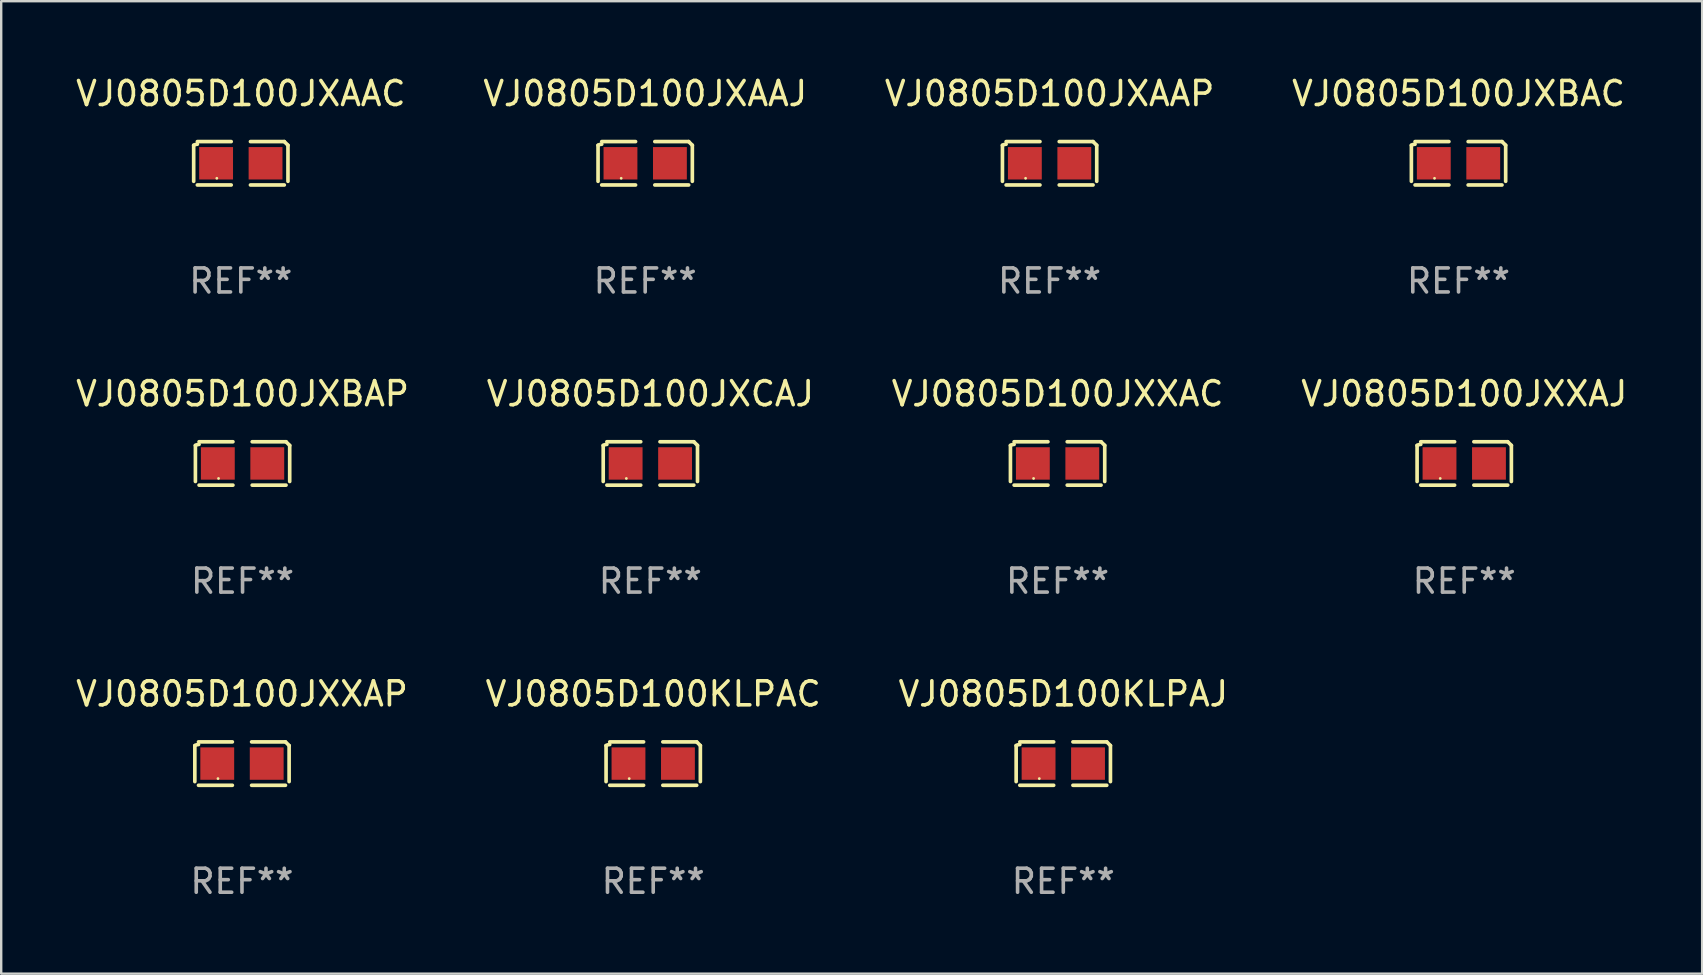
<source format=kicad_pcb>
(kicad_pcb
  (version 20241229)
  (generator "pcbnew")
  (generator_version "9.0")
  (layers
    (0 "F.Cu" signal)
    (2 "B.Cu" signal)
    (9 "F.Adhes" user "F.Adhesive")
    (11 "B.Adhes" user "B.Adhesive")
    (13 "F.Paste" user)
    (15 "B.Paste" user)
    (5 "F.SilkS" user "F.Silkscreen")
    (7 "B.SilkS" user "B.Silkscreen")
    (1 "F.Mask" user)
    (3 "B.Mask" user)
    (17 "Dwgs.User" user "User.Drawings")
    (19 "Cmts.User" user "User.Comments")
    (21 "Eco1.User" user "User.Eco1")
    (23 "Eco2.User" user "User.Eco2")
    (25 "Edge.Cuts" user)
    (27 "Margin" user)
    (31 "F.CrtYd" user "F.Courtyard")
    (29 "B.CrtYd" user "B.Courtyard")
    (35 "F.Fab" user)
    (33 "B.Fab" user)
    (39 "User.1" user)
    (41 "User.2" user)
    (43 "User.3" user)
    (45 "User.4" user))
  (footprint "VJ0805D100JXAAP"
    (layer "F.Cu")
    (at 40.673 3.752)
    (property "Reference" "VJ0805D100JXAAP" (at 0 -2.904 0) (layer "F.SilkS") (effects (font (size 1 1) (thickness 0.15))))
    (attr through_hole)
    (fp_line (start -1.964 0.751) (end -1.964 -0.751) (stroke (width 0.152) (type solid)) (layer "F.SilkS"))
    (fp_line (start -1.811 -0.904) (end -0.401 -0.904) (stroke (width 0.152) (type solid)) (layer "F.SilkS"))
    (fp_line (start -0.401 0.904) (end -1.811 0.904) (stroke (width 0.152) (type solid)) (layer "F.SilkS"))
    (fp_line (start 0.401 0.904) (end 1.811 0.904) (stroke (width 0.152) (type solid)) (layer "F.SilkS"))
    (fp_line (start 1.811 -0.904) (end 0.401 -0.904) (stroke (width 0.152) (type solid)) (layer "F.SilkS"))
    (fp_line (start 1.964 0.751) (end 1.964 -0.751) (stroke (width 0.152) (type solid)) (layer "F.SilkS"))
    (fp_arc (start -1.963602 -0.751207) (mid -1.890354 -0.783131) (end -1.811201 -0.794044) (stroke (width 0.1524) (type solid)) (layer "F.SilkS"))
    (fp_arc (start 1.811202 -0.903607) (mid 1.887413 -0.827418) (end 1.963602 -0.751207) (stroke (width 0.1524) (type solid)) (layer "F.SilkS"))
    (fp_circle (center -1 0.625) (end -0.97 0.625) (stroke (width 0.06) (type solid)) (fill no) (layer "F.SilkS"))
    (fp_text user "REF**" (at 0 4.904 0) (layer "F.Fab") (effects (font (size 1 1) (thickness 0.15))))
    (pad "1" smd rect (at -1.03 0) (size 1.41 1.35) (layers "F.Cu" "F.Mask" "F.Paste"))
    (pad "2" smd rect (at 1.03 0) (size 1.41 1.35) (layers "F.Cu" "F.Mask" "F.Paste")))
  (footprint "VJ0805D100JXAAJ"
    (layer "F.Cu")
    (at 23.827 3.752)
    (property "Reference" "VJ0805D100JXAAJ" (at 0 -2.904 0) (layer "F.SilkS") (effects (font (size 1 1) (thickness 0.15))))
    (attr through_hole)
    (fp_line (start -1.964 0.751) (end -1.964 -0.751) (stroke (width 0.152) (type solid)) (layer "F.SilkS"))
    (fp_line (start -1.811 -0.904) (end -0.401 -0.904) (stroke (width 0.152) (type solid)) (layer "F.SilkS"))
    (fp_line (start -0.401 0.904) (end -1.811 0.904) (stroke (width 0.152) (type solid)) (layer "F.SilkS"))
    (fp_line (start 0.401 0.904) (end 1.811 0.904) (stroke (width 0.152) (type solid)) (layer "F.SilkS"))
    (fp_line (start 1.811 -0.904) (end 0.401 -0.904) (stroke (width 0.152) (type solid)) (layer "F.SilkS"))
    (fp_line (start 1.964 0.751) (end 1.964 -0.751) (stroke (width 0.152) (type solid)) (layer "F.SilkS"))
    (fp_arc (start -1.963602 -0.751207) (mid -1.890354 -0.783131) (end -1.811201 -0.794044) (stroke (width 0.1524) (type solid)) (layer "F.SilkS"))
    (fp_arc (start 1.811202 -0.903607) (mid 1.887413 -0.827418) (end 1.963602 -0.751207) (stroke (width 0.1524) (type solid)) (layer "F.SilkS"))
    (fp_circle (center -1 0.625) (end -0.97 0.625) (stroke (width 0.06) (type solid)) (fill no) (layer "F.SilkS"))
    (fp_text user "REF**" (at 0 4.904 0) (layer "F.Fab") (effects (font (size 1 1) (thickness 0.15))))
    (pad "1" smd rect (at -1.03 0) (size 1.41 1.35) (layers "F.Cu" "F.Mask" "F.Paste"))
    (pad "2" smd rect (at 1.03 0) (size 1.41 1.35) (layers "F.Cu" "F.Mask" "F.Paste")))
  (footprint "VJ0805D100JXAAC"
    (layer "F.Cu")
    (at 6.982 3.752)
    (property "Reference" "VJ0805D100JXAAC" (at 0 -2.904 0) (layer "F.SilkS") (effects (font (size 1 1) (thickness 0.15))))
    (attr through_hole)
    (fp_line (start -1.964 0.751) (end -1.964 -0.751) (stroke (width 0.152) (type solid)) (layer "F.SilkS"))
    (fp_line (start -1.811 -0.904) (end -0.401 -0.904) (stroke (width 0.152) (type solid)) (layer "F.SilkS"))
    (fp_line (start -0.401 0.904) (end -1.811 0.904) (stroke (width 0.152) (type solid)) (layer "F.SilkS"))
    (fp_line (start 0.401 0.904) (end 1.811 0.904) (stroke (width 0.152) (type solid)) (layer "F.SilkS"))
    (fp_line (start 1.811 -0.904) (end 0.401 -0.904) (stroke (width 0.152) (type solid)) (layer "F.SilkS"))
    (fp_line (start 1.964 0.751) (end 1.964 -0.751) (stroke (width 0.152) (type solid)) (layer "F.SilkS"))
    (fp_arc (start -1.963602 -0.751207) (mid -1.890354 -0.783131) (end -1.811201 -0.794044) (stroke (width 0.1524) (type solid)) (layer "F.SilkS"))
    (fp_arc (start 1.811202 -0.903607) (mid 1.887413 -0.827418) (end 1.963602 -0.751207) (stroke (width 0.1524) (type solid)) (layer "F.SilkS"))
    (fp_circle (center -1 0.625) (end -0.97 0.625) (stroke (width 0.06) (type solid)) (fill no) (layer "F.SilkS"))
    (fp_text user "REF**" (at 0 4.904 0) (layer "F.Fab") (effects (font (size 1 1) (thickness 0.15))))
    (pad "1" smd rect (at -1.03 0) (size 1.41 1.35) (layers "F.Cu" "F.Mask" "F.Paste"))
    (pad "2" smd rect (at 1.03 0) (size 1.41 1.35) (layers "F.Cu" "F.Mask" "F.Paste")))
  (footprint "VJ0805D100JXBAP"
    (layer "F.Cu")
    (at 7.054 16.256)
    (property "Reference" "VJ0805D100JXBAP" (at 0 -2.904 0) (layer "F.SilkS") (effects (font (size 1 1) (thickness 0.15))))
    (attr through_hole)
    (fp_line (start -1.964 0.751) (end -1.964 -0.751) (stroke (width 0.152) (type solid)) (layer "F.SilkS"))
    (fp_line (start -1.811 -0.904) (end -0.401 -0.904) (stroke (width 0.152) (type solid)) (layer "F.SilkS"))
    (fp_line (start -0.401 0.904) (end -1.811 0.904) (stroke (width 0.152) (type solid)) (layer "F.SilkS"))
    (fp_line (start 0.401 0.904) (end 1.811 0.904) (stroke (width 0.152) (type solid)) (layer "F.SilkS"))
    (fp_line (start 1.811 -0.904) (end 0.401 -0.904) (stroke (width 0.152) (type solid)) (layer "F.SilkS"))
    (fp_line (start 1.964 0.751) (end 1.964 -0.751) (stroke (width 0.152) (type solid)) (layer "F.SilkS"))
    (fp_arc (start -1.963602 -0.751207) (mid -1.890354 -0.783131) (end -1.811201 -0.794044) (stroke (width 0.1524) (type solid)) (layer "F.SilkS"))
    (fp_arc (start 1.811202 -0.903607) (mid 1.887413 -0.827418) (end 1.963602 -0.751207) (stroke (width 0.1524) (type solid)) (layer "F.SilkS"))
    (fp_circle (center -1 0.625) (end -0.97 0.625) (stroke (width 0.06) (type solid)) (fill no) (layer "F.SilkS"))
    (fp_text user "REF**" (at 0 4.904 0) (layer "F.Fab") (effects (font (size 1 1) (thickness 0.15))))
    (pad "1" smd rect (at -1.03 0) (size 1.41 1.35) (layers "F.Cu" "F.Mask" "F.Paste"))
    (pad "2" smd rect (at 1.03 0) (size 1.41 1.35) (layers "F.Cu" "F.Mask" "F.Paste")))
  (footprint "VJ0805D100JXBAC"
    (layer "F.Cu")
    (at 57.708 3.752)
    (property "Reference" "VJ0805D100JXBAC" (at 0 -2.904 0) (layer "F.SilkS") (effects (font (size 1 1) (thickness 0.15))))
    (attr through_hole)
    (fp_line (start -1.964 0.751) (end -1.964 -0.751) (stroke (width 0.152) (type solid)) (layer "F.SilkS"))
    (fp_line (start -1.811 -0.904) (end -0.401 -0.904) (stroke (width 0.152) (type solid)) (layer "F.SilkS"))
    (fp_line (start -0.401 0.904) (end -1.811 0.904) (stroke (width 0.152) (type solid)) (layer "F.SilkS"))
    (fp_line (start 0.401 0.904) (end 1.811 0.904) (stroke (width 0.152) (type solid)) (layer "F.SilkS"))
    (fp_line (start 1.811 -0.904) (end 0.401 -0.904) (stroke (width 0.152) (type solid)) (layer "F.SilkS"))
    (fp_line (start 1.964 0.751) (end 1.964 -0.751) (stroke (width 0.152) (type solid)) (layer "F.SilkS"))
    (fp_arc (start -1.963602 -0.751207) (mid -1.890354 -0.783131) (end -1.811201 -0.794044) (stroke (width 0.1524) (type solid)) (layer "F.SilkS"))
    (fp_arc (start 1.811202 -0.903607) (mid 1.887413 -0.827418) (end 1.963602 -0.751207) (stroke (width 0.1524) (type solid)) (layer "F.SilkS"))
    (fp_circle (center -1 0.625) (end -0.97 0.625) (stroke (width 0.06) (type solid)) (fill no) (layer "F.SilkS"))
    (fp_text user "REF**" (at 0 4.904 0) (layer "F.Fab") (effects (font (size 1 1) (thickness 0.15))))
    (pad "1" smd rect (at -1.03 0) (size 1.41 1.35) (layers "F.Cu" "F.Mask" "F.Paste"))
    (pad "2" smd rect (at 1.03 0) (size 1.41 1.35) (layers "F.Cu" "F.Mask" "F.Paste")))
  (footprint "VJ0805D100JXCAJ"
    (layer "F.Cu")
    (at 24.042 16.256)
    (property "Reference" "VJ0805D100JXCAJ" (at 0 -2.904 0) (layer "F.SilkS") (effects (font (size 1 1) (thickness 0.15))))
    (attr through_hole)
    (fp_line (start -1.964 0.751) (end -1.964 -0.751) (stroke (width 0.152) (type solid)) (layer "F.SilkS"))
    (fp_line (start -1.811 -0.904) (end -0.401 -0.904) (stroke (width 0.152) (type solid)) (layer "F.SilkS"))
    (fp_line (start -0.401 0.904) (end -1.811 0.904) (stroke (width 0.152) (type solid)) (layer "F.SilkS"))
    (fp_line (start 0.401 0.904) (end 1.811 0.904) (stroke (width 0.152) (type solid)) (layer "F.SilkS"))
    (fp_line (start 1.811 -0.904) (end 0.401 -0.904) (stroke (width 0.152) (type solid)) (layer "F.SilkS"))
    (fp_line (start 1.964 0.751) (end 1.964 -0.751) (stroke (width 0.152) (type solid)) (layer "F.SilkS"))
    (fp_arc (start -1.963602 -0.751207) (mid -1.890354 -0.783131) (end -1.811201 -0.794044) (stroke (width 0.1524) (type solid)) (layer "F.SilkS"))
    (fp_arc (start 1.811202 -0.903607) (mid 1.887413 -0.827418) (end 1.963602 -0.751207) (stroke (width 0.1524) (type solid)) (layer "F.SilkS"))
    (fp_circle (center -1 0.625) (end -0.97 0.625) (stroke (width 0.06) (type solid)) (fill no) (layer "F.SilkS"))
    (fp_text user "REF**" (at 0 4.904 0) (layer "F.Fab") (effects (font (size 1 1) (thickness 0.15))))
    (pad "1" smd rect (at -1.03 0) (size 1.41 1.35) (layers "F.Cu" "F.Mask" "F.Paste"))
    (pad "2" smd rect (at 1.03 0) (size 1.41 1.35) (layers "F.Cu" "F.Mask" "F.Paste")))
  (footprint "VJ0805D100JXXAP"
    (layer "F.Cu")
    (at 7.03 28.759)
    (property "Reference" "VJ0805D100JXXAP" (at 0 -2.904 0) (layer "F.SilkS") (effects (font (size 1 1) (thickness 0.15))))
    (attr through_hole)
    (fp_line (start -1.964 0.751) (end -1.964 -0.751) (stroke (width 0.152) (type solid)) (layer "F.SilkS"))
    (fp_line (start -1.811 -0.904) (end -0.401 -0.904) (stroke (width 0.152) (type solid)) (layer "F.SilkS"))
    (fp_line (start -0.401 0.904) (end -1.811 0.904) (stroke (width 0.152) (type solid)) (layer "F.SilkS"))
    (fp_line (start 0.401 0.904) (end 1.811 0.904) (stroke (width 0.152) (type solid)) (layer "F.SilkS"))
    (fp_line (start 1.811 -0.904) (end 0.401 -0.904) (stroke (width 0.152) (type solid)) (layer "F.SilkS"))
    (fp_line (start 1.964 0.751) (end 1.964 -0.751) (stroke (width 0.152) (type solid)) (layer "F.SilkS"))
    (fp_arc (start -1.963602 -0.751207) (mid -1.890354 -0.783131) (end -1.811201 -0.794044) (stroke (width 0.1524) (type solid)) (layer "F.SilkS"))
    (fp_arc (start 1.811202 -0.903607) (mid 1.887413 -0.827418) (end 1.963602 -0.751207) (stroke (width 0.1524) (type solid)) (layer "F.SilkS"))
    (fp_circle (center -1 0.625) (end -0.97 0.625) (stroke (width 0.06) (type solid)) (fill no) (layer "F.SilkS"))
    (fp_text user "REF**" (at 0 4.904 0) (layer "F.Fab") (effects (font (size 1 1) (thickness 0.15))))
    (pad "1" smd rect (at -1.03 0) (size 1.41 1.35) (layers "F.Cu" "F.Mask" "F.Paste"))
    (pad "2" smd rect (at 1.03 0) (size 1.41 1.35) (layers "F.Cu" "F.Mask" "F.Paste")))
  (footprint "VJ0805D100KLPAC"
    (layer "F.Cu")
    (at 24.161 28.759)
    (property "Reference" "VJ0805D100KLPAC" (at 0 -2.904 0) (layer "F.SilkS") (effects (font (size 1 1) (thickness 0.15))))
    (attr through_hole)
    (fp_line (start -1.964 0.751) (end -1.964 -0.751) (stroke (width 0.152) (type solid)) (layer "F.SilkS"))
    (fp_line (start -1.811 -0.904) (end -0.401 -0.904) (stroke (width 0.152) (type solid)) (layer "F.SilkS"))
    (fp_line (start -0.401 0.904) (end -1.811 0.904) (stroke (width 0.152) (type solid)) (layer "F.SilkS"))
    (fp_line (start 0.401 0.904) (end 1.811 0.904) (stroke (width 0.152) (type solid)) (layer "F.SilkS"))
    (fp_line (start 1.811 -0.904) (end 0.401 -0.904) (stroke (width 0.152) (type solid)) (layer "F.SilkS"))
    (fp_line (start 1.964 0.751) (end 1.964 -0.751) (stroke (width 0.152) (type solid)) (layer "F.SilkS"))
    (fp_arc (start -1.963602 -0.751207) (mid -1.890354 -0.783131) (end -1.811201 -0.794044) (stroke (width 0.1524) (type solid)) (layer "F.SilkS"))
    (fp_arc (start 1.811202 -0.903607) (mid 1.887413 -0.827418) (end 1.963602 -0.751207) (stroke (width 0.1524) (type solid)) (layer "F.SilkS"))
    (fp_circle (center -1 0.625) (end -0.97 0.625) (stroke (width 0.06) (type solid)) (fill no) (layer "F.SilkS"))
    (fp_text user "REF**" (at 0 4.904 0) (layer "F.Fab") (effects (font (size 1 1) (thickness 0.15))))
    (pad "1" smd rect (at -1.03 0) (size 1.41 1.35) (layers "F.Cu" "F.Mask" "F.Paste"))
    (pad "2" smd rect (at 1.03 0) (size 1.41 1.35) (layers "F.Cu" "F.Mask" "F.Paste")))
  (footprint "VJ0805D100JXXAC"
    (layer "F.Cu")
    (at 41.006 16.256)
    (property "Reference" "VJ0805D100JXXAC" (at 0 -2.904 0) (layer "F.SilkS") (effects (font (size 1 1) (thickness 0.15))))
    (attr through_hole)
    (fp_line (start -1.964 0.751) (end -1.964 -0.751) (stroke (width 0.152) (type solid)) (layer "F.SilkS"))
    (fp_line (start -1.811 -0.904) (end -0.401 -0.904) (stroke (width 0.152) (type solid)) (layer "F.SilkS"))
    (fp_line (start -0.401 0.904) (end -1.811 0.904) (stroke (width 0.152) (type solid)) (layer "F.SilkS"))
    (fp_line (start 0.401 0.904) (end 1.811 0.904) (stroke (width 0.152) (type solid)) (layer "F.SilkS"))
    (fp_line (start 1.811 -0.904) (end 0.401 -0.904) (stroke (width 0.152) (type solid)) (layer "F.SilkS"))
    (fp_line (start 1.964 0.751) (end 1.964 -0.751) (stroke (width 0.152) (type solid)) (layer "F.SilkS"))
    (fp_arc (start -1.963602 -0.751207) (mid -1.890354 -0.783131) (end -1.811201 -0.794044) (stroke (width 0.1524) (type solid)) (layer "F.SilkS"))
    (fp_arc (start 1.811202 -0.903607) (mid 1.887413 -0.827418) (end 1.963602 -0.751207) (stroke (width 0.1524) (type solid)) (layer "F.SilkS"))
    (fp_circle (center -1 0.625) (end -0.97 0.625) (stroke (width 0.06) (type solid)) (fill no) (layer "F.SilkS"))
    (fp_text user "REF**" (at 0 4.904 0) (layer "F.Fab") (effects (font (size 1 1) (thickness 0.15))))
    (pad "1" smd rect (at -1.03 0) (size 1.41 1.35) (layers "F.Cu" "F.Mask" "F.Paste"))
    (pad "2" smd rect (at 1.03 0) (size 1.41 1.35) (layers "F.Cu" "F.Mask" "F.Paste")))
  (footprint "VJ0805D100KLPAJ"
    (layer "F.Cu")
    (at 41.244 28.759)
    (property "Reference" "VJ0805D100KLPAJ" (at 0 -2.904 0) (layer "F.SilkS") (effects (font (size 1 1) (thickness 0.15))))
    (attr through_hole)
    (fp_line (start -1.964 0.751) (end -1.964 -0.751) (stroke (width 0.152) (type solid)) (layer "F.SilkS"))
    (fp_line (start -1.811 -0.904) (end -0.401 -0.904) (stroke (width 0.152) (type solid)) (layer "F.SilkS"))
    (fp_line (start -0.401 0.904) (end -1.811 0.904) (stroke (width 0.152) (type solid)) (layer "F.SilkS"))
    (fp_line (start 0.401 0.904) (end 1.811 0.904) (stroke (width 0.152) (type solid)) (layer "F.SilkS"))
    (fp_line (start 1.811 -0.904) (end 0.401 -0.904) (stroke (width 0.152) (type solid)) (layer "F.SilkS"))
    (fp_line (start 1.964 0.751) (end 1.964 -0.751) (stroke (width 0.152) (type solid)) (layer "F.SilkS"))
    (fp_arc (start -1.963602 -0.751207) (mid -1.890354 -0.783131) (end -1.811201 -0.794044) (stroke (width 0.1524) (type solid)) (layer "F.SilkS"))
    (fp_arc (start 1.811202 -0.903607) (mid 1.887413 -0.827418) (end 1.963602 -0.751207) (stroke (width 0.1524) (type solid)) (layer "F.SilkS"))
    (fp_circle (center -1 0.625) (end -0.97 0.625) (stroke (width 0.06) (type solid)) (fill no) (layer "F.SilkS"))
    (fp_text user "REF**" (at 0 4.904 0) (layer "F.Fab") (effects (font (size 1 1) (thickness 0.15))))
    (pad "1" smd rect (at -1.03 0) (size 1.41 1.35) (layers "F.Cu" "F.Mask" "F.Paste"))
    (pad "2" smd rect (at 1.03 0) (size 1.41 1.35) (layers "F.Cu" "F.Mask" "F.Paste")))
  (footprint "VJ0805D100JXXAJ"
    (layer "F.Cu")
    (at 57.946 16.256)
    (property "Reference" "VJ0805D100JXXAJ" (at 0 -2.904 0) (layer "F.SilkS") (effects (font (size 1 1) (thickness 0.15))))
    (attr through_hole)
    (fp_line (start -1.964 0.751) (end -1.964 -0.751) (stroke (width 0.152) (type solid)) (layer "F.SilkS"))
    (fp_line (start -1.811 -0.904) (end -0.401 -0.904) (stroke (width 0.152) (type solid)) (layer "F.SilkS"))
    (fp_line (start -0.401 0.904) (end -1.811 0.904) (stroke (width 0.152) (type solid)) (layer "F.SilkS"))
    (fp_line (start 0.401 0.904) (end 1.811 0.904) (stroke (width 0.152) (type solid)) (layer "F.SilkS"))
    (fp_line (start 1.811 -0.904) (end 0.401 -0.904) (stroke (width 0.152) (type solid)) (layer "F.SilkS"))
    (fp_line (start 1.964 0.751) (end 1.964 -0.751) (stroke (width 0.152) (type solid)) (layer "F.SilkS"))
    (fp_arc (start -1.963602 -0.751207) (mid -1.890354 -0.783131) (end -1.811201 -0.794044) (stroke (width 0.1524) (type solid)) (layer "F.SilkS"))
    (fp_arc (start 1.811202 -0.903607) (mid 1.887413 -0.827418) (end 1.963602 -0.751207) (stroke (width 0.1524) (type solid)) (layer "F.SilkS"))
    (fp_circle (center -1 0.625) (end -0.97 0.625) (stroke (width 0.06) (type solid)) (fill no) (layer "F.SilkS"))
    (fp_text user "REF**" (at 0 4.904 0) (layer "F.Fab") (effects (font (size 1 1) (thickness 0.15))))
    (pad "1" smd rect (at -1.03 0) (size 1.41 1.35) (layers "F.Cu" "F.Mask" "F.Paste"))
    (pad "2" smd rect (at 1.03 0) (size 1.41 1.35) (layers "F.Cu" "F.Mask" "F.Paste")))
  (gr_rect
    (start -3 -3)
    (end 67.857 37.511)
    (stroke (width 0.1) (type default))
    (fill no)
    (layer "Edge.Cuts")))
</source>
